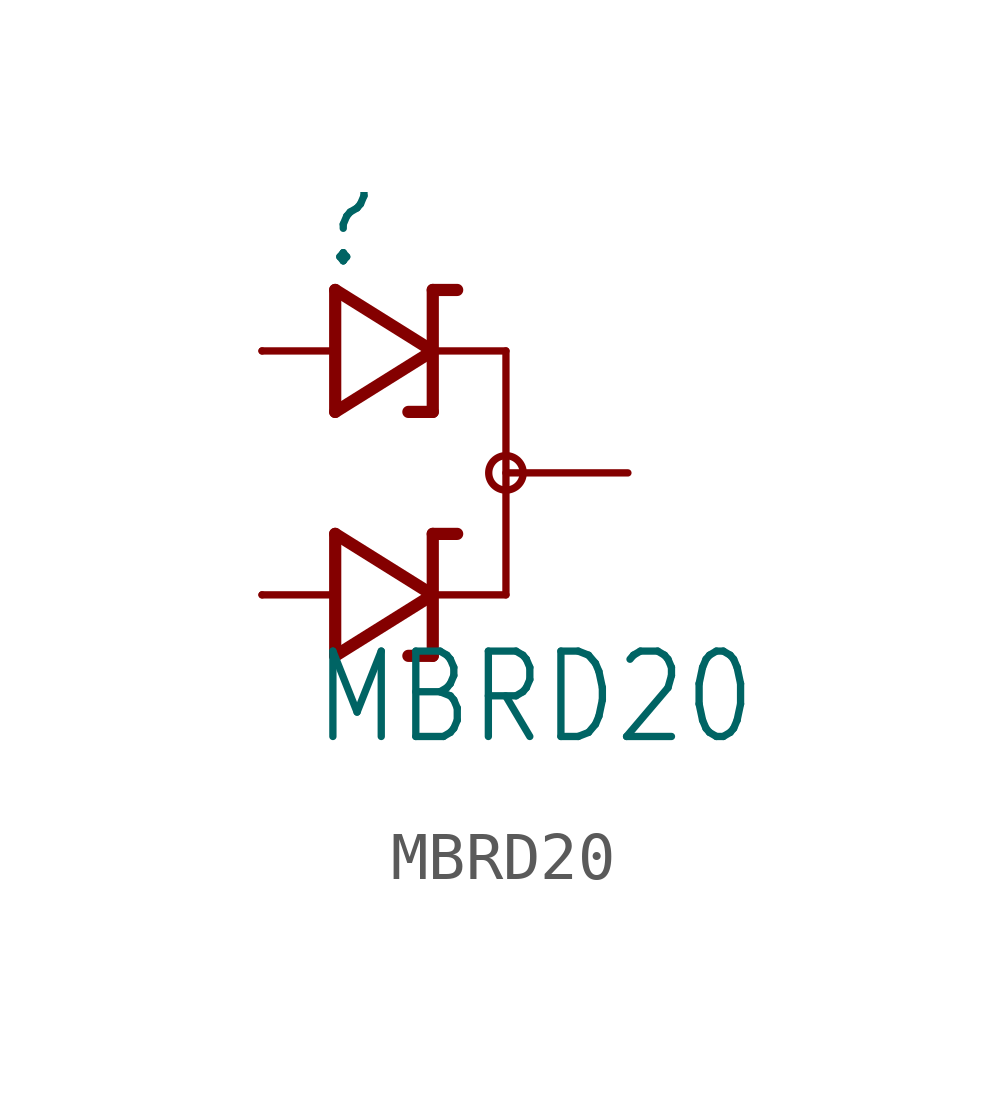
<source format=kicad_sym>
(kicad_symbol_lib
  (version 20210619)
  (generator kicad_symbol_editor)
  (symbol "MBRD20"
    (property "Reference" ""
      (at -1.524 4.191 0)
      (effects (font (size 1.778 1.511)) (justify left bottom)))
    (property "Value" "MBRD20"
      (at -1.524 -5.715 0)
      (effects (font (size 1.778 1.511)) (justify left bottom)))
    (property "ki_locked" ""
      (at 0 0 0)
      (effects (font (size 1.27 1.27))))
    (symbol "MBRD20_1_0"
      (circle (center 2.54 0) (radius 0.359) (stroke (width 0)) (fill (type none)))
      (polyline (pts (xy -1.111 -2.54) (xy -2.54 -2.54)) (stroke (width 0.152)) (fill (type none)))
      (polyline (pts (xy -1.111 2.54) (xy -2.54 2.54)) (stroke (width 0.152)) (fill (type none)))
      (polyline (pts (xy -1.016 -3.81) (xy 1.016 -2.54)) (stroke (width 0.254)) (fill (type none)))
      (polyline (pts (xy -1.016 -1.27) (xy -1.016 -3.81)) (stroke (width 0.254)) (fill (type none)))
      (polyline (pts (xy -1.016 1.27) (xy 1.016 2.54)) (stroke (width 0.254)) (fill (type none)))
      (polyline (pts (xy -1.016 3.81) (xy -1.016 1.27)) (stroke (width 0.254)) (fill (type none)))
      (polyline (pts (xy 1.016 -3.81) (xy 0.508 -3.81)) (stroke (width 0.254)) (fill (type none)))
      (polyline (pts (xy 1.016 -2.54) (xy -1.016 -1.27)) (stroke (width 0.254)) (fill (type none)))
      (polyline (pts (xy 1.016 -2.54) (xy 1.016 -3.81)) (stroke (width 0.254)) (fill (type none)))
      (polyline (pts (xy 1.016 -1.27) (xy 1.016 -2.54)) (stroke (width 0.254)) (fill (type none)))
      (polyline (pts (xy 1.016 -1.27) (xy 1.524 -1.27)) (stroke (width 0.254)) (fill (type none)))
      (polyline (pts (xy 1.016 1.27) (xy 0.508 1.27)) (stroke (width 0.254)) (fill (type none)))
      (polyline (pts (xy 1.016 2.54) (xy -1.016 3.81)) (stroke (width 0.254)) (fill (type none)))
      (polyline (pts (xy 1.016 2.54) (xy 1.016 1.27)) (stroke (width 0.254)) (fill (type none)))
      (polyline (pts (xy 1.016 3.81) (xy 1.016 2.54)) (stroke (width 0.254)) (fill (type none)))
      (polyline (pts (xy 1.016 3.81) (xy 1.524 3.81)) (stroke (width 0.254)) (fill (type none)))
      (polyline (pts (xy 2.54 -2.54) (xy 1.111 -2.54)) (stroke (width 0.152)) (fill (type none)))
      (polyline (pts (xy 2.54 2.54) (xy 1.111 2.54)) (stroke (width 0.152)) (fill (type none)))
      (polyline (pts (xy 2.54 2.54) (xy 2.54 -2.54)) (stroke (width 0.152)) (fill (type none)))
      (pin passive line (at -2.54 2.54 0) (length 0) (name "A1" (effects (font (size 0 0)))) (number "1" (effects (font (size 0 0)))))
      (pin passive line (at 5.08 0 180) (length 2.54) (name "C" (effects (font (size 0 0)))) (number "2" (effects (font (size 0 0)))))
      (pin passive line (at -2.54 -2.54 0) (length 0) (name "A2" (effects (font (size 0 0)))) (number "3" (effects (font (size 0 0))))))))
</source>
